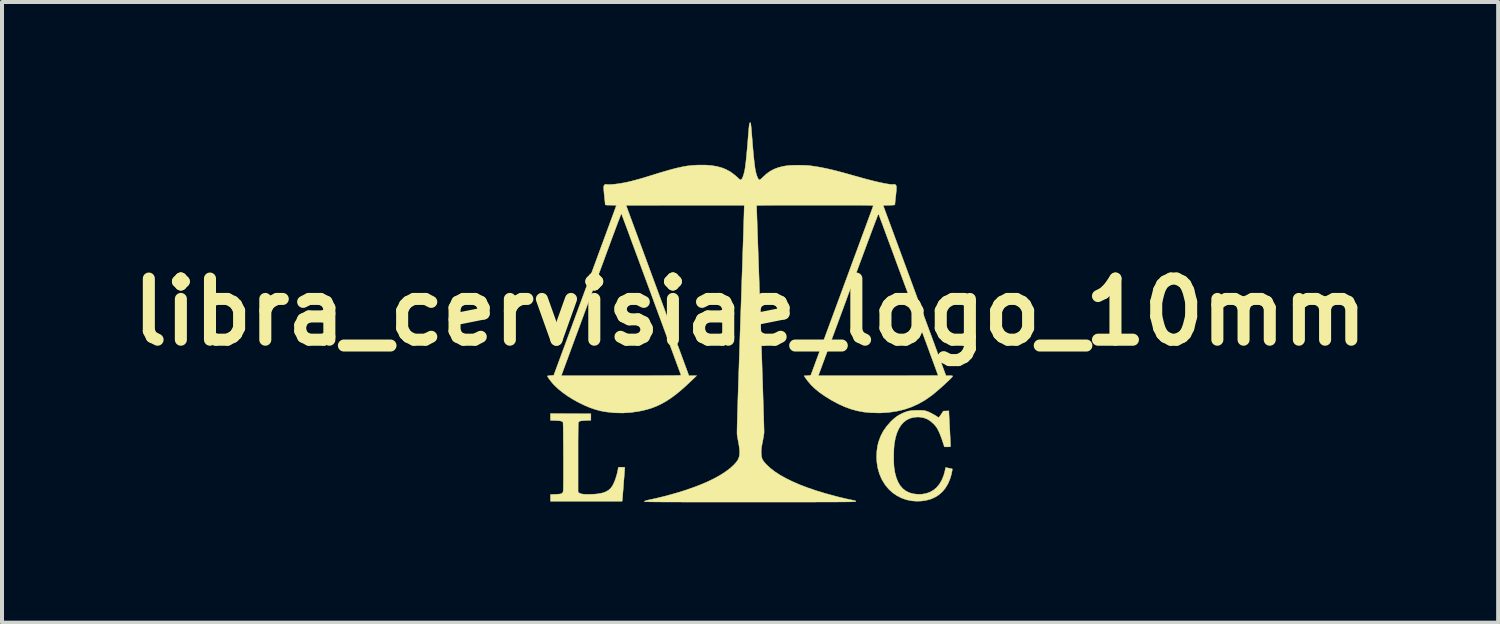
<source format=kicad_pcb>
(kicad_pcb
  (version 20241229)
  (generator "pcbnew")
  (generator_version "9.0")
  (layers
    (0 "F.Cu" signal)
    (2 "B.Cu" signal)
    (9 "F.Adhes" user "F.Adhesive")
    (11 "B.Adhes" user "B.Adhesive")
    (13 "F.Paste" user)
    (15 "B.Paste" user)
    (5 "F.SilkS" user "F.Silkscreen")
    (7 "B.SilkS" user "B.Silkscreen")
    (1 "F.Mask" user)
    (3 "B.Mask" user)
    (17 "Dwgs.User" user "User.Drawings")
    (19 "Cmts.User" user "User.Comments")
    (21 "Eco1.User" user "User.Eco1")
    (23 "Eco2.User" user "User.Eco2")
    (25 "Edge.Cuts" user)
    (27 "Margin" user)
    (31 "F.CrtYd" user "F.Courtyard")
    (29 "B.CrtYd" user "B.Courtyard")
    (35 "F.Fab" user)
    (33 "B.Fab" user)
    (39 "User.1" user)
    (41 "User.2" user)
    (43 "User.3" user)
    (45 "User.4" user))
  (footprint "libra_cervisiae_logo_10mm"
    (layer "F.Cu")
    (at 15.646 4.728)
    (property "Reference" "libra_cervisiae_logo_10mm" (at 0 0 0) (layer "F.SilkS") (effects (font (size 1.524 1.524) (thickness 0.3))))
    (attr through_hole)
    (fp_poly (pts (xy -4.471 2.533) (xy -3.968 2.535) (xy -3.968 2.698) (xy -4.097 2.703) (xy -4.158 2.707) (xy -4.204 2.711) (xy -4.236 2.718) (xy -4.257 2.727) (xy -4.272 2.74) (xy -4.278 2.75) (xy -4.28 2.763) (xy -4.281 2.795) (xy -4.283 2.847) (xy -4.284 2.916) (xy -4.285 3.005) (xy -4.286 3.112) (xy -4.287 3.238) (xy -4.287 3.381) (xy -4.287 3.543) (xy -4.287 3.627) (xy -4.287 4.487) (xy -4.263 4.506) (xy -4.238 4.521) (xy -4.204 4.532) (xy -4.16 4.539) (xy -4.103 4.543) (xy -4.031 4.544) (xy -3.963 4.543) (xy -3.846 4.537) (xy -3.746 4.524) (xy -3.66 4.504) (xy -3.588 4.476) (xy -3.528 4.44) (xy -3.477 4.394) (xy -3.434 4.337) (xy -3.407 4.287) (xy -3.37 4.204) (xy -3.338 4.109) (xy -3.311 4.013) (xy -3.298 3.953) (xy -3.282 3.867) (xy -3.202 3.867) (xy -3.166 3.868) (xy -3.138 3.87) (xy -3.124 3.873) (xy -3.122 3.874) (xy -3.123 3.888) (xy -3.125 3.919) (xy -3.128 3.963) (xy -3.132 4.019) (xy -3.137 4.084) (xy -3.143 4.155) (xy -3.149 4.231) (xy -3.154 4.308) (xy -3.16 4.385) (xy -3.166 4.458) (xy -3.172 4.525) (xy -3.176 4.583) (xy -3.18 4.631) (xy -3.183 4.666) (xy -3.185 4.684) (xy -3.185 4.686) (xy -3.19 4.717) (xy -4.975 4.717) (xy -4.975 4.548) (xy -4.846 4.543) (xy -4.783 4.54) (xy -4.737 4.535) (xy -4.704 4.527) (xy -4.682 4.515) (xy -4.669 4.496) (xy -4.66 4.471) (xy -4.657 4.455) (xy -4.656 4.439) (xy -4.655 4.405) (xy -4.654 4.356) (xy -4.653 4.293) (xy -4.653 4.218) (xy -4.652 4.134) (xy -4.652 4.04) (xy -4.652 3.94) (xy -4.652 3.834) (xy -4.652 3.725) (xy -4.652 3.614) (xy -4.653 3.503) (xy -4.653 3.394) (xy -4.654 3.287) (xy -4.655 3.186) (xy -4.656 3.091) (xy -4.656 3.004) (xy -4.657 2.927) (xy -4.658 2.862) (xy -4.66 2.81) (xy -4.661 2.773) (xy -4.662 2.752) (xy -4.663 2.749) (xy -4.675 2.734) (xy -4.696 2.722) (xy -4.728 2.714) (xy -4.774 2.708) (xy -4.836 2.705) (xy -4.848 2.704) (xy -4.975 2.7) (xy -4.975 2.53) (xy -4.471 2.533)) (stroke (width 0.01) (type solid)) (fill yes) (layer "F.SilkS"))
    (fp_poly (pts (xy 4.238 2.45) (xy 4.283 2.451) (xy 4.318 2.453) (xy 4.346 2.456) (xy 4.371 2.462) (xy 4.397 2.47) (xy 4.416 2.476) (xy 4.461 2.494) (xy 4.515 2.521) (xy 4.573 2.552) (xy 4.63 2.585) (xy 4.678 2.617) (xy 4.684 2.621) (xy 4.694 2.627) (xy 4.702 2.626) (xy 4.713 2.618) (xy 4.728 2.599) (xy 4.75 2.568) (xy 4.761 2.552) (xy 4.817 2.468) (xy 4.887 2.466) (xy 4.956 2.463) (xy 4.956 2.499) (xy 4.957 2.516) (xy 4.959 2.55) (xy 4.961 2.599) (xy 4.964 2.66) (xy 4.968 2.731) (xy 4.972 2.811) (xy 4.976 2.896) (xy 4.979 2.941) (xy 4.983 3.027) (xy 4.987 3.108) (xy 4.991 3.18) (xy 4.994 3.242) (xy 4.996 3.293) (xy 4.997 3.33) (xy 4.997 3.35) (xy 4.997 3.354) (xy 4.986 3.357) (xy 4.961 3.36) (xy 4.927 3.361) (xy 4.919 3.361) (xy 4.844 3.361) (xy 4.795 3.21) (xy 4.774 3.15) (xy 4.75 3.086) (xy 4.726 3.026) (xy 4.704 2.975) (xy 4.697 2.961) (xy 4.671 2.91) (xy 4.646 2.871) (xy 4.618 2.835) (xy 4.582 2.795) (xy 4.571 2.784) (xy 4.494 2.716) (xy 4.414 2.667) (xy 4.328 2.635) (xy 4.235 2.619) (xy 4.178 2.616) (xy 4.076 2.625) (xy 3.983 2.65) (xy 3.899 2.692) (xy 3.825 2.75) (xy 3.759 2.824) (xy 3.704 2.915) (xy 3.658 3.02) (xy 3.622 3.142) (xy 3.597 3.278) (xy 3.595 3.292) (xy 3.59 3.347) (xy 3.585 3.415) (xy 3.583 3.493) (xy 3.581 3.576) (xy 3.581 3.659) (xy 3.582 3.738) (xy 3.585 3.808) (xy 3.589 3.865) (xy 3.591 3.877) (xy 3.613 4.014) (xy 3.646 4.134) (xy 3.689 4.238) (xy 3.742 4.327) (xy 3.806 4.4) (xy 3.88 4.458) (xy 3.965 4.501) (xy 4.062 4.529) (xy 4.168 4.542) (xy 4.283 4.541) (xy 4.39 4.522) (xy 4.488 4.487) (xy 4.576 4.436) (xy 4.654 4.369) (xy 4.722 4.286) (xy 4.779 4.189) (xy 4.825 4.077) (xy 4.846 4.005) (xy 4.856 3.964) (xy 4.864 3.928) (xy 4.869 3.902) (xy 4.87 3.894) (xy 4.871 3.879) (xy 4.872 3.877) (xy 4.887 3.879) (xy 4.913 3.883) (xy 4.946 3.889) (xy 4.981 3.896) (xy 5.011 3.903) (xy 5.033 3.908) (xy 5.04 3.91) (xy 5.041 3.922) (xy 5.037 3.949) (xy 5.03 3.986) (xy 5.021 4.029) (xy 5.009 4.076) (xy 4.996 4.121) (xy 4.983 4.161) (xy 4.983 4.162) (xy 4.932 4.282) (xy 4.869 4.387) (xy 4.794 4.478) (xy 4.706 4.555) (xy 4.612 4.615) (xy 4.511 4.66) (xy 4.399 4.691) (xy 4.279 4.71) (xy 4.154 4.715) (xy 4.034 4.706) (xy 3.902 4.68) (xy 3.776 4.636) (xy 3.659 4.576) (xy 3.55 4.501) (xy 3.452 4.41) (xy 3.366 4.305) (xy 3.293 4.187) (xy 3.278 4.159) (xy 3.225 4.033) (xy 3.186 3.898) (xy 3.162 3.756) (xy 3.153 3.611) (xy 3.16 3.465) (xy 3.181 3.323) (xy 3.204 3.233) (xy 3.252 3.1) (xy 3.319 2.971) (xy 3.404 2.849) (xy 3.505 2.734) (xy 3.506 2.732) (xy 3.576 2.666) (xy 3.642 2.613) (xy 3.711 2.568) (xy 3.782 2.531) (xy 3.846 2.502) (xy 3.903 2.481) (xy 3.959 2.466) (xy 4.02 2.457) (xy 4.088 2.452) (xy 4.171 2.45) (xy 4.178 2.45) (xy 4.238 2.45)) (stroke (width 0.01) (type solid)) (fill yes) (layer "F.SilkS"))
    (fp_poly (pts (xy 0.01 -4.721) (xy 0.013 -4.713) (xy 0.017 -4.698) (xy 0.02 -4.675) (xy 0.024 -4.641) (xy 0.029 -4.596) (xy 0.034 -4.537) (xy 0.04 -4.463) (xy 0.047 -4.373) (xy 0.053 -4.302) (xy 0.064 -4.164) (xy 0.075 -4.034) (xy 0.086 -3.915) (xy 0.097 -3.808) (xy 0.108 -3.714) (xy 0.118 -3.635) (xy 0.126 -3.573) (xy 0.129 -3.557) (xy 0.144 -3.485) (xy 0.161 -3.422) (xy 0.18 -3.369) (xy 0.199 -3.328) (xy 0.219 -3.303) (xy 0.236 -3.294) (xy 0.25 -3.301) (xy 0.273 -3.318) (xy 0.302 -3.344) (xy 0.325 -3.367) (xy 0.411 -3.446) (xy 0.501 -3.51) (xy 0.598 -3.562) (xy 0.704 -3.602) (xy 0.822 -3.632) (xy 0.926 -3.649) (xy 0.98 -3.654) (xy 1.048 -3.658) (xy 1.126 -3.66) (xy 1.209 -3.66) (xy 1.292 -3.659) (xy 1.371 -3.657) (xy 1.441 -3.653) (xy 1.485 -3.649) (xy 1.623 -3.63) (xy 1.77 -3.605) (xy 1.929 -3.572) (xy 2.101 -3.532) (xy 2.288 -3.483) (xy 2.416 -3.448) (xy 2.56 -3.407) (xy 2.687 -3.372) (xy 2.8 -3.34) (xy 2.899 -3.313) (xy 2.988 -3.29) (xy 3.066 -3.27) (xy 3.136 -3.253) (xy 3.201 -3.238) (xy 3.26 -3.225) (xy 3.318 -3.213) (xy 3.373 -3.202) (xy 3.409 -3.196) (xy 3.477 -3.185) (xy 3.527 -3.18) (xy 3.56 -3.18) (xy 3.567 -3.181) (xy 3.602 -3.185) (xy 3.626 -3.174) (xy 3.643 -3.148) (xy 3.647 -3.135) (xy 3.649 -3.119) (xy 3.649 -3.096) (xy 3.648 -3.065) (xy 3.645 -3.021) (xy 3.639 -2.963) (xy 3.633 -2.903) (xy 3.626 -2.84) (xy 3.62 -2.784) (xy 3.615 -2.737) (xy 3.612 -2.701) (xy 3.61 -2.68) (xy 3.61 -2.676) (xy 3.604 -2.671) (xy 3.586 -2.668) (xy 3.553 -2.665) (xy 3.504 -2.663) (xy 3.463 -2.662) (xy 3.317 -2.659) (xy 4.883 1.585) (xy 4.967 1.585) (xy 5.009 1.586) (xy 5.035 1.588) (xy 5.048 1.593) (xy 5.051 1.598) (xy 5.044 1.61) (xy 5.025 1.633) (xy 4.994 1.664) (xy 4.955 1.703) (xy 4.908 1.747) (xy 4.856 1.795) (xy 4.801 1.846) (xy 4.744 1.897) (xy 4.687 1.946) (xy 4.632 1.993) (xy 4.582 2.035) (xy 4.537 2.071) (xy 4.521 2.083) (xy 4.361 2.195) (xy 4.195 2.289) (xy 4.023 2.367) (xy 3.844 2.428) (xy 3.656 2.472) (xy 3.46 2.501) (xy 3.254 2.514) (xy 3.18 2.514) (xy 3.002 2.509) (xy 2.833 2.492) (xy 2.672 2.462) (xy 2.514 2.419) (xy 2.358 2.361) (xy 2.199 2.289) (xy 2.034 2.2) (xy 2.01 2.186) (xy 1.863 2.095) (xy 1.734 2.005) (xy 1.621 1.913) (xy 1.523 1.819) (xy 1.439 1.721) (xy 1.388 1.652) (xy 1.346 1.59) (xy 1.429 1.585) (xy 1.702 1.585) (xy 3.195 1.585) (xy 3.362 1.585) (xy 3.524 1.585) (xy 3.68 1.585) (xy 3.829 1.585) (xy 3.969 1.585) (xy 4.099 1.584) (xy 4.22 1.584) (xy 4.329 1.584) (xy 4.425 1.584) (xy 4.508 1.583) (xy 4.577 1.583) (xy 4.63 1.582) (xy 4.667 1.582) (xy 4.686 1.582) (xy 4.688 1.581) (xy 4.685 1.572) (xy 4.676 1.546) (xy 4.66 1.504) (xy 4.639 1.447) (xy 4.613 1.375) (xy 4.582 1.291) (xy 4.547 1.195) (xy 4.507 1.087) (xy 4.464 0.97) (xy 4.418 0.843) (xy 4.368 0.709) (xy 4.316 0.567) (xy 4.261 0.419) (xy 4.205 0.266) (xy 4.146 0.108) (xy 4.087 -0.053) (xy 4.027 -0.216) (xy 3.966 -0.38) (xy 3.906 -0.545) (xy 3.845 -0.709) (xy 3.785 -0.871) (xy 3.726 -1.031) (xy 3.668 -1.187) (xy 3.612 -1.339) (xy 3.559 -1.485) (xy 3.507 -1.624) (xy 3.458 -1.756) (xy 3.412 -1.88) (xy 3.37 -1.994) (xy 3.332 -2.098) (xy 3.298 -2.19) (xy 3.268 -2.27) (xy 3.243 -2.337) (xy 3.224 -2.389) (xy 3.21 -2.426) (xy 3.202 -2.446) (xy 3.201 -2.451) (xy 3.197 -2.443) (xy 3.187 -2.418) (xy 3.17 -2.377) (xy 3.149 -2.32) (xy 3.121 -2.249) (xy 3.089 -2.164) (xy 3.052 -2.066) (xy 3.011 -1.956) (xy 2.966 -1.835) (xy 2.916 -1.703) (xy 2.864 -1.561) (xy 2.808 -1.411) (xy 2.749 -1.253) (xy 2.688 -1.087) (xy 2.624 -0.915) (xy 2.558 -0.737) (xy 2.507 -0.598) (xy 2.439 -0.414) (xy 2.373 -0.234) (xy 2.308 -0.058) (xy 2.245 0.113) (xy 2.184 0.278) (xy 2.126 0.435) (xy 2.071 0.584) (xy 2.019 0.725) (xy 1.971 0.855) (xy 1.927 0.975) (xy 1.887 1.083) (xy 1.852 1.178) (xy 1.822 1.259) (xy 1.797 1.326) (xy 1.778 1.378) (xy 1.766 1.413) (xy 1.761 1.425) (xy 1.702 1.585) (xy 1.429 1.585) (xy 1.512 1.58) (xy 2.289 -0.525) (xy 2.36 -0.718) (xy 2.43 -0.907) (xy 2.497 -1.09) (xy 2.562 -1.267) (xy 2.625 -1.437) (xy 2.685 -1.599) (xy 2.741 -1.752) (xy 2.794 -1.896) (xy 2.844 -2.03) (xy 2.889 -2.153) (xy 2.93 -2.264) (xy 2.966 -2.363) (xy 2.998 -2.448) (xy 3.024 -2.52) (xy 3.045 -2.576) (xy 3.059 -2.616) (xy 3.068 -2.641) (xy 3.071 -2.647) (xy 3.071 -2.65) (xy 3.069 -2.652) (xy 3.064 -2.654) (xy 3.055 -2.655) (xy 3.042 -2.657) (xy 3.023 -2.658) (xy 2.997 -2.659) (xy 2.965 -2.66) (xy 2.924 -2.661) (xy 2.873 -2.662) (xy 2.813 -2.662) (xy 2.742 -2.663) (xy 2.66 -2.663) (xy 2.564 -2.663) (xy 2.455 -2.664) (xy 2.332 -2.664) (xy 2.193 -2.664) (xy 2.038 -2.664) (xy 1.867 -2.664) (xy 1.677 -2.664) (xy 1.619 -2.664) (xy 1.413 -2.664) (xy 1.226 -2.664) (xy 1.056 -2.664) (xy 0.903 -2.664) (xy 0.767 -2.663) (xy 0.647 -2.663) (xy 0.541 -2.662) (xy 0.451 -2.662) (xy 0.374 -2.661) (xy 0.31 -2.66) (xy 0.258 -2.659) (xy 0.218 -2.658) (xy 0.19 -2.657) (xy 0.171 -2.655) (xy 0.163 -2.654) (xy 0.162 -2.653) (xy 0.163 -2.643) (xy 0.164 -2.614) (xy 0.165 -2.568) (xy 0.167 -2.505) (xy 0.17 -2.425) (xy 0.173 -2.331) (xy 0.177 -2.222) (xy 0.181 -2.099) (xy 0.186 -1.963) (xy 0.191 -1.815) (xy 0.196 -1.655) (xy 0.202 -1.484) (xy 0.209 -1.303) (xy 0.215 -1.113) (xy 0.222 -0.914) (xy 0.229 -0.708) (xy 0.236 -0.494) (xy 0.244 -0.275) (xy 0.252 -0.049) (xy 0.259 0.147) (xy 0.266 0.378) (xy 0.274 0.603) (xy 0.282 0.824) (xy 0.289 1.038) (xy 0.296 1.245) (xy 0.302 1.445) (xy 0.309 1.636) (xy 0.315 1.818) (xy 0.32 1.99) (xy 0.325 2.151) (xy 0.33 2.301) (xy 0.334 2.439) (xy 0.338 2.563) (xy 0.341 2.674) (xy 0.344 2.77) (xy 0.346 2.85) (xy 0.348 2.915) (xy 0.349 2.963) (xy 0.349 2.992) (xy 0.349 3.003) (xy 0.346 3.035) (xy 0.339 3.081) (xy 0.33 3.136) (xy 0.319 3.196) (xy 0.31 3.242) (xy 0.297 3.307) (xy 0.288 3.359) (xy 0.282 3.401) (xy 0.279 3.438) (xy 0.278 3.475) (xy 0.279 3.517) (xy 0.279 3.519) (xy 0.283 3.577) (xy 0.291 3.624) (xy 0.305 3.666) (xy 0.327 3.706) (xy 0.36 3.748) (xy 0.405 3.798) (xy 0.499 3.887) (xy 0.611 3.974) (xy 0.741 4.059) (xy 0.888 4.142) (xy 1.053 4.223) (xy 1.233 4.302) (xy 1.43 4.377) (xy 1.642 4.45) (xy 1.869 4.519) (xy 2.11 4.585) (xy 2.191 4.606) (xy 2.258 4.622) (xy 2.329 4.639) (xy 2.397 4.655) (xy 2.458 4.668) (xy 2.487 4.674) (xy 2.543 4.686) (xy 2.583 4.694) (xy 2.609 4.7) (xy 2.625 4.705) (xy 2.633 4.71) (xy 2.635 4.714) (xy 2.636 4.72) (xy 2.635 4.722) (xy 2.634 4.723) (xy 2.63 4.724) (xy 2.621 4.726) (xy 2.608 4.727) (xy 2.59 4.728) (xy 2.567 4.729) (xy 2.537 4.73) (xy 2.5 4.731) (xy 2.455 4.732) (xy 2.402 4.732) (xy 2.339 4.733) (xy 2.268 4.733) (xy 2.185 4.734) (xy 2.092 4.734) (xy 1.988 4.735) (xy 1.871 4.735) (xy 1.741 4.735) (xy 1.598 4.736) (xy 1.44 4.736) (xy 1.268 4.736) (xy 1.08 4.736) (xy 0.876 4.736) (xy 0.656 4.736) (xy 0.418 4.736) (xy 0.161 4.736) (xy -0.001 4.736) (xy -0.267 4.736) (xy -0.515 4.736) (xy -0.745 4.736) (xy -0.958 4.736) (xy -1.154 4.736) (xy -1.335 4.736) (xy -1.501 4.736) (xy -1.652 4.736) (xy -1.789 4.735) (xy -1.913 4.735) (xy -2.024 4.735) (xy -2.123 4.734) (xy -2.212 4.734) (xy -2.289 4.733) (xy -2.357 4.733) (xy -2.415 4.732) (xy -2.465 4.732) (xy -2.507 4.731) (xy -2.542 4.73) (xy -2.57 4.729) (xy -2.591 4.728) (xy -2.608 4.727) (xy -2.62 4.726) (xy -2.628 4.724) (xy -2.632 4.723) (xy -2.634 4.721) (xy -2.634 4.721) (xy -2.628 4.713) (xy -2.611 4.705) (xy -2.58 4.696) (xy -2.535 4.685) (xy -2.502 4.678) (xy -2.33 4.64) (xy -2.147 4.596) (xy -1.962 4.546) (xy -1.781 4.494) (xy -1.638 4.449) (xy -1.427 4.377) (xy -1.231 4.302) (xy -1.051 4.225) (xy -0.887 4.145) (xy -0.74 4.063) (xy -0.61 3.979) (xy -0.497 3.894) (xy -0.403 3.808) (xy -0.396 3.799) (xy -0.35 3.749) (xy -0.317 3.706) (xy -0.294 3.665) (xy -0.278 3.622) (xy -0.271 3.6) (xy -0.262 3.549) (xy -0.26 3.489) (xy -0.264 3.418) (xy -0.275 3.333) (xy -0.291 3.239) (xy -0.302 3.185) (xy -0.311 3.131) (xy -0.319 3.084) (xy -0.324 3.049) (xy -0.324 3.048) (xy -0.325 3.033) (xy -0.325 3.003) (xy -0.325 2.958) (xy -0.323 2.897) (xy -0.322 2.82) (xy -0.319 2.727) (xy -0.316 2.618) (xy -0.313 2.493) (xy -0.308 2.35) (xy -0.304 2.191) (xy -0.298 2.014) (xy -0.292 1.82) (xy -0.285 1.609) (xy -0.277 1.379) (xy -0.269 1.132) (xy -0.26 0.866) (xy -0.251 0.581) (xy -0.241 0.278) (xy -0.237 0.164) (xy -0.229 -0.066) (xy -0.221 -0.292) (xy -0.214 -0.512) (xy -0.207 -0.726) (xy -0.2 -0.932) (xy -0.193 -1.131) (xy -0.187 -1.321) (xy -0.181 -1.501) (xy -0.175 -1.671) (xy -0.17 -1.831) (xy -0.165 -1.978) (xy -0.161 -2.114) (xy -0.157 -2.236) (xy -0.154 -2.344) (xy -0.151 -2.438) (xy -0.149 -2.516) (xy -0.147 -2.578) (xy -0.146 -2.623) (xy -0.145 -2.651) (xy -0.145 -2.66) (xy -0.155 -2.66) (xy -0.183 -2.661) (xy -0.228 -2.661) (xy -0.289 -2.661) (xy -0.365 -2.662) (xy -0.455 -2.662) (xy -0.558 -2.662) (xy -0.672 -2.662) (xy -0.798 -2.662) (xy -0.933 -2.662) (xy -1.077 -2.662) (xy -1.228 -2.662) (xy -1.387 -2.662) (xy -1.551 -2.662) (xy -1.62 -2.662) (xy -3.09 -2.659) (xy -1.524 1.585) (xy -1.428 1.586) (xy -1.332 1.586) (xy -1.461 1.71) (xy -1.599 1.84) (xy -1.73 1.956) (xy -1.853 2.056) (xy -1.972 2.144) (xy -2.088 2.22) (xy -2.203 2.285) (xy -2.318 2.34) (xy -2.436 2.387) (xy -2.557 2.425) (xy -2.685 2.457) (xy -2.76 2.472) (xy -2.967 2.503) (xy -3.176 2.516) (xy -3.383 2.511) (xy -3.587 2.489) (xy -3.729 2.463) (xy -3.86 2.428) (xy -3.998 2.38) (xy -4.137 2.321) (xy -4.277 2.253) (xy -4.413 2.177) (xy -4.544 2.096) (xy -4.666 2.009) (xy -4.777 1.92) (xy -4.873 1.83) (xy -4.926 1.772) (xy -4.962 1.728) (xy -4.995 1.686) (xy -5.022 1.648) (xy -5.041 1.618) (xy -5.051 1.599) (xy -5.051 1.595) (xy -5.043 1.591) (xy -5.019 1.586) (xy -5.002 1.585) (xy -4.705 1.585) (xy -3.211 1.585) (xy -3.006 1.585) (xy -2.82 1.585) (xy -2.652 1.585) (xy -2.5 1.585) (xy -2.365 1.584) (xy -2.245 1.584) (xy -2.139 1.583) (xy -2.047 1.583) (xy -1.969 1.582) (xy -1.903 1.582) (xy -1.848 1.581) (xy -1.804 1.58) (xy -1.77 1.579) (xy -1.746 1.577) (xy -1.73 1.576) (xy -1.722 1.574) (xy -1.721 1.573) (xy -1.729 1.55) (xy -1.743 1.511) (xy -1.763 1.457) (xy -1.788 1.389) (xy -1.818 1.308) (xy -1.853 1.214) (xy -1.891 1.109) (xy -1.934 0.993) (xy -1.98 0.868) (xy -2.029 0.735) (xy -2.081 0.595) (xy -2.135 0.448) (xy -2.191 0.296) (xy -2.249 0.139) (xy -2.308 -0.021) (xy -2.368 -0.184) (xy -2.428 -0.348) (xy -2.489 -0.513) (xy -2.55 -0.677) (xy -2.61 -0.84) (xy -2.669 -1) (xy -2.727 -1.157) (xy -2.783 -1.31) (xy -2.838 -1.457) (xy -2.89 -1.599) (xy -2.94 -1.732) (xy -2.986 -1.858) (xy -3.029 -1.974) (xy -3.068 -2.081) (xy -3.103 -2.175) (xy -3.134 -2.258) (xy -3.16 -2.328) (xy -3.181 -2.383) (xy -3.196 -2.424) (xy -3.205 -2.448) (xy -3.208 -2.456) (xy -3.212 -2.448) (xy -3.222 -2.423) (xy -3.238 -2.383) (xy -3.258 -2.329) (xy -3.284 -2.262) (xy -3.314 -2.183) (xy -3.347 -2.094) (xy -3.384 -1.995) (xy -3.424 -1.889) (xy -3.466 -1.775) (xy -3.51 -1.656) (xy -3.516 -1.639) (xy -3.56 -1.521) (xy -3.609 -1.387) (xy -3.663 -1.24) (xy -3.722 -1.081) (xy -3.784 -0.914) (xy -3.848 -0.74) (xy -3.914 -0.561) (xy -3.98 -0.38) (xy -4.047 -0.199) (xy -4.113 -0.02) (xy -4.177 0.154) (xy -4.239 0.322) (xy -4.262 0.384) (xy -4.705 1.585) (xy -5.002 1.585) (xy -4.984 1.584) (xy -4.973 1.583) (xy -4.895 1.58) (xy -4.114 -0.535) (xy -4.043 -0.728) (xy -3.973 -0.917) (xy -3.905 -1.1) (xy -3.84 -1.277) (xy -3.778 -1.447) (xy -3.718 -1.609) (xy -3.661 -1.763) (xy -3.608 -1.907) (xy -3.559 -2.04) (xy -3.514 -2.163) (xy -3.473 -2.274) (xy -3.437 -2.373) (xy -3.405 -2.458) (xy -3.379 -2.529) (xy -3.359 -2.585) (xy -3.344 -2.626) (xy -3.335 -2.65) (xy -3.333 -2.657) (xy -3.342 -2.66) (xy -3.366 -2.662) (xy -3.403 -2.663) (xy -3.449 -2.664) (xy -3.471 -2.664) (xy -3.528 -2.665) (xy -3.569 -2.666) (xy -3.595 -2.669) (xy -3.607 -2.672) (xy -3.61 -2.676) (xy -3.611 -2.689) (xy -3.614 -2.717) (xy -3.618 -2.759) (xy -3.623 -2.812) (xy -3.629 -2.871) (xy -3.633 -2.903) (xy -3.64 -2.974) (xy -3.645 -3.029) (xy -3.648 -3.071) (xy -3.649 -3.101) (xy -3.649 -3.122) (xy -3.646 -3.138) (xy -3.643 -3.148) (xy -3.624 -3.176) (xy -3.597 -3.186) (xy -3.57 -3.181) (xy -3.549 -3.178) (xy -3.512 -3.178) (xy -3.463 -3.18) (xy -3.405 -3.184) (xy -3.342 -3.191) (xy -3.276 -3.2) (xy -3.244 -3.204) (xy -3.165 -3.218) (xy -3.082 -3.234) (xy -2.994 -3.254) (xy -2.9 -3.278) (xy -2.796 -3.306) (xy -2.68 -3.339) (xy -2.551 -3.378) (xy -2.435 -3.414) (xy -2.284 -3.461) (xy -2.149 -3.501) (xy -2.028 -3.536) (xy -1.919 -3.566) (xy -1.82 -3.591) (xy -1.73 -3.611) (xy -1.647 -3.628) (xy -1.568 -3.641) (xy -1.492 -3.65) (xy -1.416 -3.657) (xy -1.34 -3.662) (xy -1.279 -3.664) (xy -1.116 -3.664) (xy -0.968 -3.653) (xy -0.833 -3.631) (xy -0.71 -3.599) (xy -0.597 -3.554) (xy -0.493 -3.497) (xy -0.396 -3.427) (xy -0.324 -3.365) (xy -0.293 -3.336) (xy -0.265 -3.312) (xy -0.244 -3.298) (xy -0.235 -3.294) (xy -0.217 -3.303) (xy -0.198 -3.329) (xy -0.179 -3.37) (xy -0.161 -3.423) (xy -0.144 -3.486) (xy -0.129 -3.557) (xy -0.129 -3.559) (xy -0.12 -3.616) (xy -0.111 -3.69) (xy -0.1 -3.781) (xy -0.089 -3.887) (xy -0.078 -4.007) (xy -0.066 -4.139) (xy -0.054 -4.284) (xy -0.053 -4.302) (xy -0.045 -4.4) (xy -0.038 -4.481) (xy -0.033 -4.546) (xy -0.028 -4.598) (xy -0.024 -4.637) (xy -0.021 -4.667) (xy -0.017 -4.687) (xy -0.014 -4.701) (xy -0.011 -4.71) (xy -0.007 -4.715) (xy -0.005 -4.717) (xy 0.001 -4.722) (xy 0.005 -4.723) (xy 0.01 -4.721)) (stroke (width 0.01) (type solid)) (fill yes) (layer "F.SilkS")))
  (gr_rect
    (start -3 -3)
    (end 34.293 12.47)
    (stroke (width 0.1) (type default))
    (fill no)
    (layer "Edge.Cuts")))
</source>
